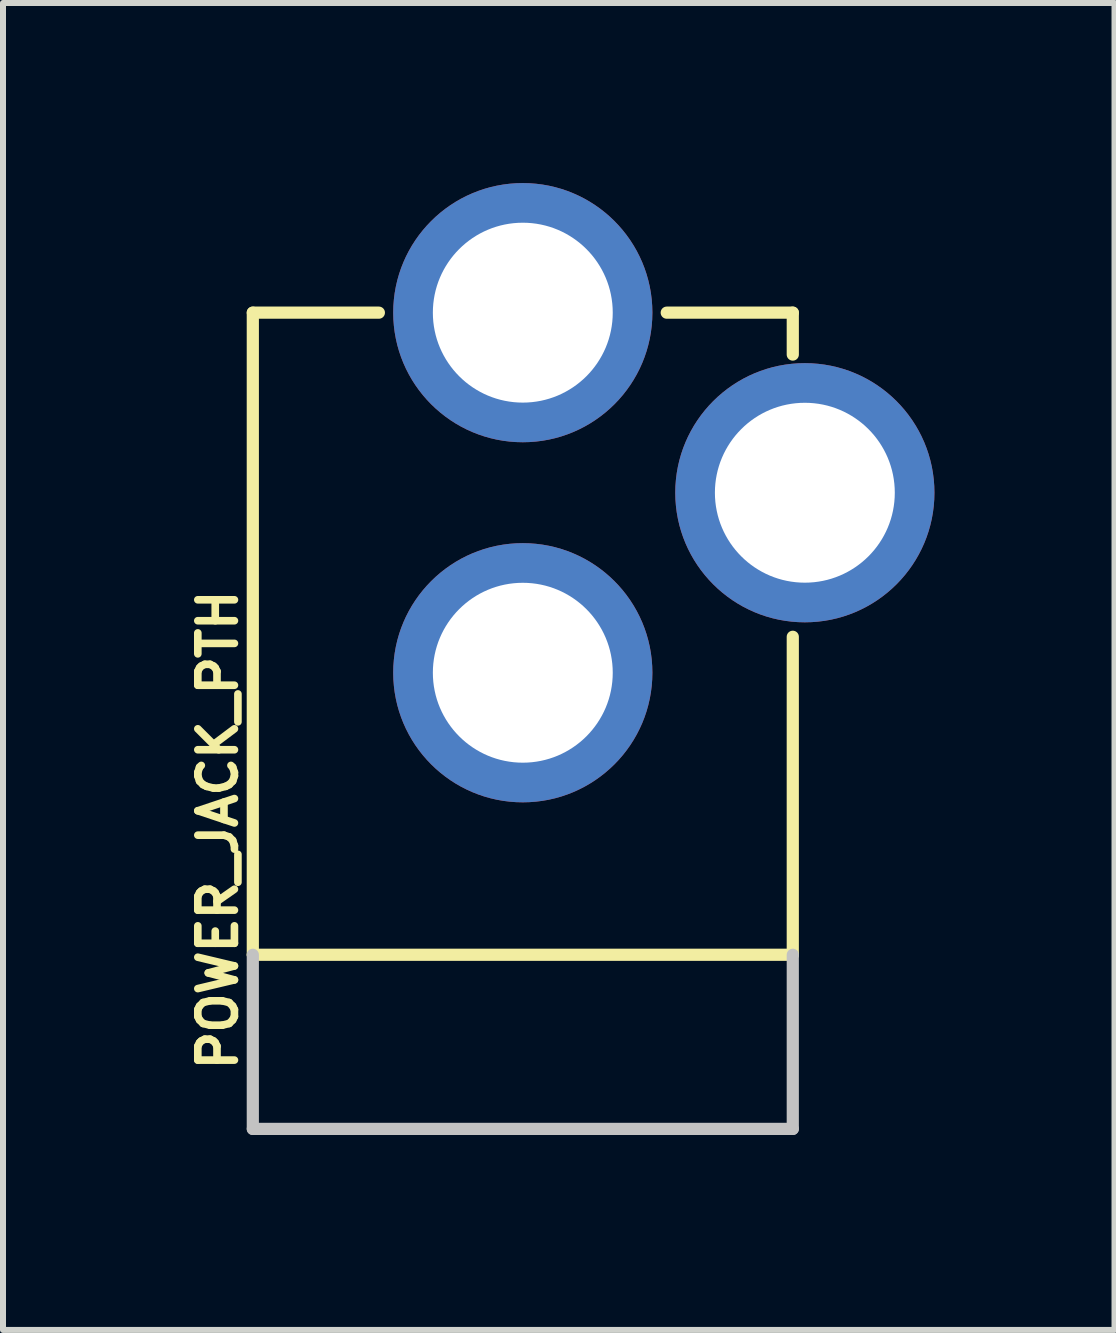
<source format=kicad_pcb>
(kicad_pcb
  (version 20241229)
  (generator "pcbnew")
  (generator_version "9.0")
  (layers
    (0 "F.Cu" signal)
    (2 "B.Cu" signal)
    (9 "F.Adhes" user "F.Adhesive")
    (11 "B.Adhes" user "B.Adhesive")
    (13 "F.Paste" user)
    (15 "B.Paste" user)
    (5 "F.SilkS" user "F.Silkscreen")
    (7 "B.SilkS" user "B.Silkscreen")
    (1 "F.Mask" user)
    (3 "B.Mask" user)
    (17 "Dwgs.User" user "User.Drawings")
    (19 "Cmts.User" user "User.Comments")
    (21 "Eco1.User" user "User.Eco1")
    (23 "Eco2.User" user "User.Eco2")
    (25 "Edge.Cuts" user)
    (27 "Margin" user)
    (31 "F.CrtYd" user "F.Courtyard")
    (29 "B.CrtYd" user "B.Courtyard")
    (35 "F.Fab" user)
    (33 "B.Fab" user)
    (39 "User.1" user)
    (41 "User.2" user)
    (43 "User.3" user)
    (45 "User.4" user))
  (footprint "POWER_JACK_PTH"
    (layer "F.Cu")
    (at 5.66 15.857)
    (property "Reference" "POWER_JACK_PTH" (at -5.08 -5.08 90) (layer "F.SilkS") (effects (font (size 0.61 0.61) (thickness 0.127))))
    (attr exclude_from_pos_files exclude_from_bom)
    (fp_line (start -4.498 -13.698) (end -2.398 -13.698) (stroke (width 0.203) (type solid)) (layer "F.SilkS"))
    (fp_line (start -4.498 -3) (end -4.498 -13.698) (stroke (width 0.203) (type solid)) (layer "F.SilkS"))
    (fp_line (start -4.498 -3) (end 4.498 -3) (stroke (width 0.203) (type solid)) (layer "F.SilkS"))
    (fp_line (start 4.498 -13.698) (end 2.398 -13.698) (stroke (width 0.203) (type solid)) (layer "F.SilkS"))
    (fp_line (start 4.498 -13.698) (end 4.498 -13) (stroke (width 0.203) (type solid)) (layer "F.SilkS"))
    (fp_line (start 4.498 -3) (end 4.498 -8.298) (stroke (width 0.203) (type solid)) (layer "F.SilkS"))
    (fp_line (start -4.498 -3) (end -4.498 -0.099) (stroke (width 0.203) (type solid)) (layer "Dwgs.User"))
    (fp_line (start 4.498 -0.099) (end -4.498 -0.099) (stroke (width 0.203) (type solid)) (layer "Dwgs.User"))
    (fp_line (start 4.498 -0.099) (end 4.498 -3) (stroke (width 0.203) (type solid)) (layer "Dwgs.User"))
    (pad "GND" thru_hole circle (at 0 -7.699) (size 4.318 4.318) (drill 2.997) (layers "*.Cu" "*.Paste" "*.Mask"))
    (pad "GNDB" thru_hole circle (at 4.699 -10.698) (size 4.318 4.318) (drill 2.997) (layers "*.Cu" "*.Paste" "*.Mask"))
    (pad "PWR" thru_hole circle (at 0 -13.698) (size 4.318 4.318) (drill 2.997) (layers "*.Cu" "*.Paste" "*.Mask")))
  (gr_rect
    (start -3 -3)
    (end 15.518 19.107)
    (stroke (width 0.1) (type default))
    (fill no)
    (layer "Edge.Cuts")))
</source>
